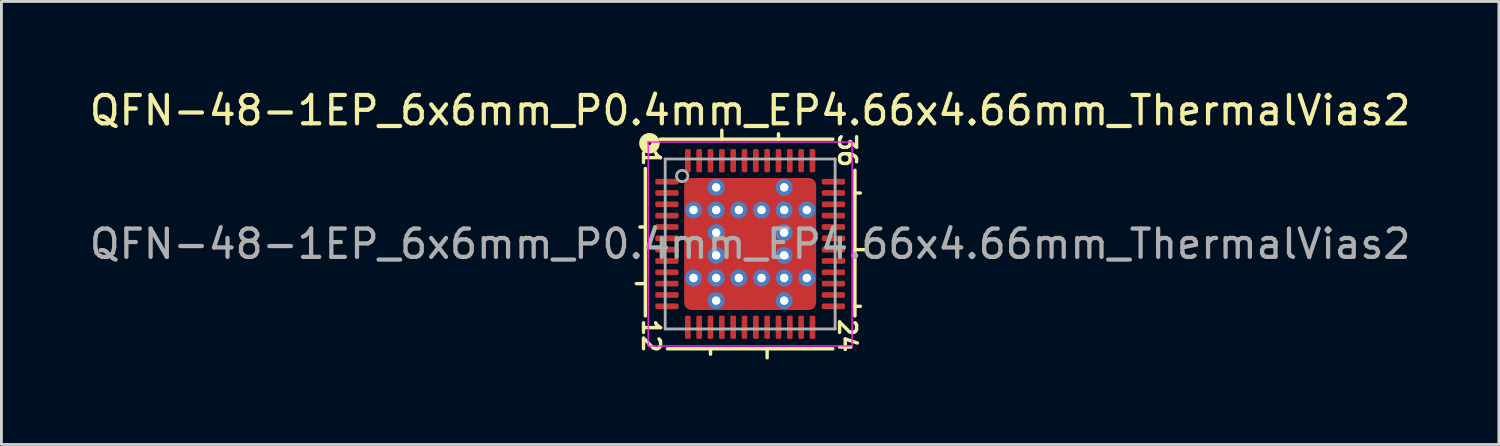
<source format=kicad_pcb>
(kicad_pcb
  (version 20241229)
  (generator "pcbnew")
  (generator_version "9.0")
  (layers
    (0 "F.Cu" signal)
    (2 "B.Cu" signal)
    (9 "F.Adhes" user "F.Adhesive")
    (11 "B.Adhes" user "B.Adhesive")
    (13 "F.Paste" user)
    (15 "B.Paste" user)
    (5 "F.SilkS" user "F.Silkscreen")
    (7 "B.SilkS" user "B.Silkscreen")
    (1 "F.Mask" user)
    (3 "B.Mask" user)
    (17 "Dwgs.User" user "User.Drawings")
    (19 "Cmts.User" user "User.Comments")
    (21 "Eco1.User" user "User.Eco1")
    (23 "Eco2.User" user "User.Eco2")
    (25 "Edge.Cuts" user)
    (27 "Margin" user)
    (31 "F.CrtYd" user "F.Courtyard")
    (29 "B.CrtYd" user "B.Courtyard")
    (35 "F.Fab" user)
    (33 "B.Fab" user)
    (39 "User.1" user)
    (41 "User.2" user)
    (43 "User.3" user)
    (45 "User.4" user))
  (footprint "QFN-48-1EP_6x6mm_P0.4mm_EP4.66x4.66mm_ThermalVias2"
    (layer "F.Cu")
    (at 23.435 5.564)
    (property "Reference" "QFN-48-1EP_6x6mm_P0.4mm_EP4.66x4.66mm_ThermalVias2" (at 0 -4.716 0) (layer "F.SilkS") (effects (font (size 1 1) (thickness 0.15))))
    (attr smd)
    (fp_line (start -3.7 -2.667) (end -3.7 2.54) (stroke (width 0.12) (type solid)) (layer "F.SilkS"))
    (fp_line (start -3.7 -0.6) (end -3.89 -0.6) (stroke (width 0.12) (type solid)) (layer "F.SilkS"))
    (fp_line (start -3.7 1.4) (end -4.018 1.4) (stroke (width 0.12) (type solid)) (layer "F.SilkS"))
    (fp_line (start -2.921 3.7) (end 2.921 3.7) (stroke (width 0.12) (type solid)) (layer "F.SilkS"))
    (fp_line (start -1.4 3.89) (end -1.4 3.7) (stroke (width 0.12) (type solid)) (layer "F.SilkS"))
    (fp_line (start -1 -3.7) (end -1 -4.018) (stroke (width 0.12) (type solid)) (layer "F.SilkS"))
    (fp_line (start 0.6 3.7) (end 0.6 4.018) (stroke (width 0.12) (type solid)) (layer "F.SilkS"))
    (fp_line (start 1 -3.7) (end 1 -3.89) (stroke (width 0.12) (type solid)) (layer "F.SilkS"))
    (fp_line (start 2.921 -3.7) (end -3.175 -3.7) (stroke (width 0.12) (type solid)) (layer "F.SilkS"))
    (fp_line (start 3.7 -1.8) (end 3.89 -1.8) (stroke (width 0.12) (type solid)) (layer "F.SilkS"))
    (fp_line (start 3.7 0.2) (end 4.018 0.2) (stroke (width 0.12) (type solid)) (layer "F.SilkS"))
    (fp_line (start 3.7 2.2) (end 3.89 2.2) (stroke (width 0.12) (type solid)) (layer "F.SilkS"))
    (fp_line (start 3.7 2.54) (end 3.7 -2.603) (stroke (width 0.12) (type solid)) (layer "F.SilkS"))
    (fp_circle (center -3.556 -3.556) (end -3.493 -3.556) (stroke (width 0.3) (type solid)) (fill no) (layer "F.SilkS"))
    (fp_line (start -3.6 -3.6) (end -3.6 3.6) (stroke (width 0.05) (type solid)) (layer "F.CrtYd"))
    (fp_line (start -3.6 3.6) (end 3.6 3.6) (stroke (width 0.05) (type solid)) (layer "F.CrtYd"))
    (fp_line (start 3.6 -3.6) (end -3.6 -3.6) (stroke (width 0.05) (type solid)) (layer "F.CrtYd"))
    (fp_line (start 3.6 3.6) (end 3.6 -3.6) (stroke (width 0.05) (type solid)) (layer "F.CrtYd"))
    (fp_line (start -3 -3) (end 3 -3) (stroke (width 0.1) (type solid)) (layer "F.Fab"))
    (fp_line (start -3 3) (end -3 -3) (stroke (width 0.1) (type solid)) (layer "F.Fab"))
    (fp_line (start 3 -3) (end 3 3) (stroke (width 0.1) (type solid)) (layer "F.Fab"))
    (fp_line (start 3 3) (end -3 3) (stroke (width 0.1) (type solid)) (layer "F.Fab"))
    (fp_circle (center -2.4 -2.4) (end -2.2 -2.4) (stroke (width 0.1) (type solid)) (fill no) (layer "F.Fab"))
    (fp_text user "36" (at 3.429 -3.302 270) (unlocked yes) (layer "F.SilkS") (effects (font (size 0.6 0.6) (thickness 0.12))))
    (fp_text user "12" (at -3.493 3.239 270) (unlocked yes) (layer "F.SilkS") (effects (font (size 0.6 0.6) (thickness 0.12))))
    (fp_text user "24" (at 3.429 3.239 270) (unlocked yes) (layer "F.SilkS") (effects (font (size 0.6 0.6) (thickness 0.12))))
    (fp_text user "1" (at -3.493 -3.048 270) (unlocked yes) (layer "F.SilkS") (effects (font (size 0.6 0.6) (thickness 0.12))))
    (fp_text user "${REFERENCE}" (at 0 0 0) (layer "F.Fab") (effects (font (size 1 1) (thickness 0.15))))
    (pad "" smd roundrect (at -1.863 -1.863) (size 0.525 0.525) (layers "F.Paste") (roundrect_rratio 0.25))
    (pad "" smd roundrect (at -1.863 -1.863 180) (size 0.725 0.725) (layers "F.Mask") (roundrect_rratio 0.25))
    (pad "" smd roundrect (at -1.863 -0.463) (size 0.525 0.675) (layers "F.Paste") (roundrect_rratio 0.25))
    (pad "" smd roundrect (at -1.863 0 180) (size 0.725 1.8) (layers "F.Mask") (roundrect_rratio 0.25))
    (pad "" smd roundrect (at -1.863 0.463) (size 0.525 0.675) (layers "F.Paste") (roundrect_rratio 0.25))
    (pad "" smd roundrect (at -1.863 1.863) (size 0.525 0.525) (layers "F.Paste") (roundrect_rratio 0.25))
    (pad "" smd roundrect (at -1.863 1.863 180) (size 0.725 0.725) (layers "F.Mask") (roundrect_rratio 0.25))
    (pad "" smd roundrect (at -0.463 -1.863 90) (size 0.525 0.675) (layers "F.Paste") (roundrect_rratio 0.25))
    (pad "" smd roundrect (at -0.463 1.863 90) (size 0.525 0.675) (layers "F.Paste") (roundrect_rratio 0.25))
    (pad "" smd roundrect (at -0.438 -0.438 90) (size 0.625 0.625) (layers "F.Paste") (roundrect_rratio 0.25))
    (pad "" smd roundrect (at -0.438 0.438 90) (size 0.625 0.625) (layers "F.Paste") (roundrect_rratio 0.25))
    (pad "" smd roundrect (at 0 -1.863 180) (size 1.8 0.725) (layers "F.Mask") (roundrect_rratio 0.25))
    (pad "" smd roundrect (at 0 0 180) (size 1.8 1.8) (layers "F.Mask") (roundrect_rratio 0.139))
    (pad "" smd roundrect (at 0 1.863 180) (size 1.8 0.725) (layers "F.Mask") (roundrect_rratio 0.25))
    (pad "" smd roundrect (at 0.438 -0.438 90) (size 0.625 0.625) (layers "F.Paste") (roundrect_rratio 0.25))
    (pad "" smd roundrect (at 0.438 0.438 90) (size 0.625 0.625) (layers "F.Paste") (roundrect_rratio 0.25))
    (pad "" smd roundrect (at 0.463 -1.863 90) (size 0.525 0.675) (layers "F.Paste") (roundrect_rratio 0.25))
    (pad "" smd roundrect (at 0.463 1.863 90) (size 0.525 0.675) (layers "F.Paste") (roundrect_rratio 0.25))
    (pad "" smd roundrect (at 1.863 -1.863) (size 0.525 0.525) (layers "F.Paste") (roundrect_rratio 0.25))
    (pad "" smd roundrect (at 1.863 -1.863 180) (size 0.725 0.725) (layers "F.Mask") (roundrect_rratio 0.25))
    (pad "" smd roundrect (at 1.863 -0.463) (size 0.525 0.675) (layers "F.Paste") (roundrect_rratio 0.25))
    (pad "" smd roundrect (at 1.863 0 180) (size 0.725 1.8) (layers "F.Mask") (roundrect_rratio 0.25))
    (pad "" smd roundrect (at 1.863 0.463) (size 0.525 0.675) (layers "F.Paste") (roundrect_rratio 0.25))
    (pad "" smd roundrect (at 1.863 1.863) (size 0.525 0.525) (layers "F.Paste") (roundrect_rratio 0.25))
    (pad "" smd roundrect (at 1.863 1.863 180) (size 0.725 0.725) (layers "F.Mask") (roundrect_rratio 0.25))
    (pad "1" smd roundrect (at -2.94 -2.2) (size 0.82 0.2) (layers "F.Cu" "F.Mask" "F.Paste") (roundrect_rratio 0.25))
    (pad "2" smd roundrect (at -2.94 -1.8) (size 0.82 0.2) (layers "F.Cu" "F.Mask" "F.Paste") (roundrect_rratio 0.25))
    (pad "3" smd roundrect (at -2.94 -1.4) (size 0.82 0.2) (layers "F.Cu" "F.Mask" "F.Paste") (roundrect_rratio 0.25))
    (pad "4" smd roundrect (at -2.94 -1) (size 0.82 0.2) (layers "F.Cu" "F.Mask" "F.Paste") (roundrect_rratio 0.25))
    (pad "5" smd roundrect (at -2.94 -0.6) (size 0.82 0.2) (layers "F.Cu" "F.Mask" "F.Paste") (roundrect_rratio 0.25))
    (pad "6" smd roundrect (at -2.94 -0.2) (size 0.82 0.2) (layers "F.Cu" "F.Mask" "F.Paste") (roundrect_rratio 0.25))
    (pad "7" smd roundrect (at -2.94 0.2) (size 0.82 0.2) (layers "F.Cu" "F.Mask" "F.Paste") (roundrect_rratio 0.25))
    (pad "8" smd roundrect (at -2.94 0.6) (size 0.82 0.2) (layers "F.Cu" "F.Mask" "F.Paste") (roundrect_rratio 0.25))
    (pad "9" smd roundrect (at -2.94 1) (size 0.82 0.2) (layers "F.Cu" "F.Mask" "F.Paste") (roundrect_rratio 0.25))
    (pad "10" smd roundrect (at -2.94 1.4) (size 0.82 0.2) (layers "F.Cu" "F.Mask" "F.Paste") (roundrect_rratio 0.25))
    (pad "11" smd roundrect (at -2.94 1.8) (size 0.82 0.2) (layers "F.Cu" "F.Mask" "F.Paste") (roundrect_rratio 0.25))
    (pad "12" smd roundrect (at -2.94 2.2) (size 0.82 0.2) (layers "F.Cu" "F.Mask" "F.Paste") (roundrect_rratio 0.25))
    (pad "13" smd roundrect (at -2.2 2.94) (size 0.2 0.82) (layers "F.Cu" "F.Mask" "F.Paste") (roundrect_rratio 0.25))
    (pad "14" smd roundrect (at -1.8 2.94) (size 0.2 0.82) (layers "F.Cu" "F.Mask" "F.Paste") (roundrect_rratio 0.25))
    (pad "15" smd roundrect (at -1.4 2.94) (size 0.2 0.82) (layers "F.Cu" "F.Mask" "F.Paste") (roundrect_rratio 0.25))
    (pad "16" smd roundrect (at -1 2.94) (size 0.2 0.82) (layers "F.Cu" "F.Mask" "F.Paste") (roundrect_rratio 0.25))
    (pad "17" smd roundrect (at -0.6 2.94) (size 0.2 0.82) (layers "F.Cu" "F.Mask" "F.Paste") (roundrect_rratio 0.25))
    (pad "18" smd roundrect (at -0.2 2.94) (size 0.2 0.82) (layers "F.Cu" "F.Mask" "F.Paste") (roundrect_rratio 0.25))
    (pad "19" smd roundrect (at 0.2 2.94) (size 0.2 0.82) (layers "F.Cu" "F.Mask" "F.Paste") (roundrect_rratio 0.25))
    (pad "20" smd roundrect (at 0.6 2.94) (size 0.2 0.82) (layers "F.Cu" "F.Mask" "F.Paste") (roundrect_rratio 0.25))
    (pad "21" smd roundrect (at 1 2.94) (size 0.2 0.82) (layers "F.Cu" "F.Mask" "F.Paste") (roundrect_rratio 0.25))
    (pad "22" smd roundrect (at 1.4 2.94) (size 0.2 0.82) (layers "F.Cu" "F.Mask" "F.Paste") (roundrect_rratio 0.25))
    (pad "23" smd roundrect (at 1.8 2.94) (size 0.2 0.82) (layers "F.Cu" "F.Mask" "F.Paste") (roundrect_rratio 0.25))
    (pad "24" smd roundrect (at 2.2 2.94) (size 0.2 0.82) (layers "F.Cu" "F.Mask" "F.Paste") (roundrect_rratio 0.25))
    (pad "25" smd roundrect (at 2.94 2.2) (size 0.82 0.2) (layers "F.Cu" "F.Mask" "F.Paste") (roundrect_rratio 0.25))
    (pad "26" smd roundrect (at 2.94 1.8) (size 0.82 0.2) (layers "F.Cu" "F.Mask" "F.Paste") (roundrect_rratio 0.25))
    (pad "27" smd roundrect (at 2.94 1.4) (size 0.82 0.2) (layers "F.Cu" "F.Mask" "F.Paste") (roundrect_rratio 0.25))
    (pad "28" smd roundrect (at 2.94 1) (size 0.82 0.2) (layers "F.Cu" "F.Mask" "F.Paste") (roundrect_rratio 0.25))
    (pad "29" smd roundrect (at 2.94 0.6) (size 0.82 0.2) (layers "F.Cu" "F.Mask" "F.Paste") (roundrect_rratio 0.25))
    (pad "30" smd roundrect (at 2.94 0.2) (size 0.82 0.2) (layers "F.Cu" "F.Mask" "F.Paste") (roundrect_rratio 0.25))
    (pad "31" smd roundrect (at 2.94 -0.2) (size 0.82 0.2) (layers "F.Cu" "F.Mask" "F.Paste") (roundrect_rratio 0.25))
    (pad "32" smd roundrect (at 2.94 -0.6) (size 0.82 0.2) (layers "F.Cu" "F.Mask" "F.Paste") (roundrect_rratio 0.25))
    (pad "33" smd roundrect (at 2.94 -1) (size 0.82 0.2) (layers "F.Cu" "F.Mask" "F.Paste") (roundrect_rratio 0.25))
    (pad "34" smd roundrect (at 2.94 -1.4) (size 0.82 0.2) (layers "F.Cu" "F.Mask" "F.Paste") (roundrect_rratio 0.25))
    (pad "35" smd roundrect (at 2.94 -1.8) (size 0.82 0.2) (layers "F.Cu" "F.Mask" "F.Paste") (roundrect_rratio 0.25))
    (pad "36" smd roundrect (at 2.94 -2.2) (size 0.82 0.2) (layers "F.Cu" "F.Mask" "F.Paste") (roundrect_rratio 0.25))
    (pad "37" smd roundrect (at 2.2 -2.94) (size 0.2 0.82) (layers "F.Cu" "F.Mask" "F.Paste") (roundrect_rratio 0.25))
    (pad "38" smd roundrect (at 1.8 -2.94) (size 0.2 0.82) (layers "F.Cu" "F.Mask" "F.Paste") (roundrect_rratio 0.25))
    (pad "39" smd roundrect (at 1.4 -2.94) (size 0.2 0.82) (layers "F.Cu" "F.Mask" "F.Paste") (roundrect_rratio 0.25))
    (pad "40" smd roundrect (at 1 -2.94) (size 0.2 0.82) (layers "F.Cu" "F.Mask" "F.Paste") (roundrect_rratio 0.25))
    (pad "41" smd roundrect (at 0.6 -2.94) (size 0.2 0.82) (layers "F.Cu" "F.Mask" "F.Paste") (roundrect_rratio 0.25))
    (pad "42" smd roundrect (at 0.2 -2.94) (size 0.2 0.82) (layers "F.Cu" "F.Mask" "F.Paste") (roundrect_rratio 0.25))
    (pad "43" smd roundrect (at -0.2 -2.94) (size 0.2 0.82) (layers "F.Cu" "F.Mask" "F.Paste") (roundrect_rratio 0.25))
    (pad "44" smd roundrect (at -0.6 -2.94) (size 0.2 0.82) (layers "F.Cu" "F.Mask" "F.Paste") (roundrect_rratio 0.25))
    (pad "45" smd roundrect (at -1 -2.94) (size 0.2 0.82) (layers "F.Cu" "F.Mask" "F.Paste") (roundrect_rratio 0.25))
    (pad "46" smd roundrect (at -1.4 -2.94) (size 0.2 0.82) (layers "F.Cu" "F.Mask" "F.Paste") (roundrect_rratio 0.25))
    (pad "47" smd roundrect (at -1.8 -2.94) (size 0.2 0.82) (layers "F.Cu" "F.Mask" "F.Paste") (roundrect_rratio 0.25))
    (pad "48" smd roundrect (at -2.2 -2.94) (size 0.2 0.82) (layers "F.Cu" "F.Mask" "F.Paste") (roundrect_rratio 0.25))
    (pad "49" thru_hole circle (at -2 -1.2) (size 0.6 0.6) (drill 0.3) (property pad_prop_heatsink) (layers "*.Cu" "*.Mask"))
    (pad "49" thru_hole circle (at -2 1.2) (size 0.6 0.6) (drill 0.3) (property pad_prop_heatsink) (layers "*.Cu" "*.Mask"))
    (pad "49" thru_hole circle (at -1.2 -2) (size 0.6 0.6) (drill 0.3) (property pad_prop_heatsink) (layers "*.Cu" "*.Mask"))
    (pad "49" thru_hole circle (at -1.2 -1.2) (size 0.6 0.6) (drill 0.3) (property pad_prop_heatsink) (layers "*.Cu" "*.Mask"))
    (pad "49" thru_hole circle (at -1.2 -0.4) (size 0.6 0.6) (drill 0.3) (property pad_prop_heatsink) (layers "*.Cu" "*.Mask"))
    (pad "49" thru_hole circle (at -1.2 0.4) (size 0.6 0.6) (drill 0.3) (property pad_prop_heatsink) (layers "*.Cu" "*.Mask"))
    (pad "49" thru_hole circle (at -1.2 1.2) (size 0.6 0.6) (drill 0.3) (property pad_prop_heatsink) (layers "*.Cu" "*.Mask"))
    (pad "49" thru_hole circle (at -1.2 2) (size 0.6 0.6) (drill 0.3) (property pad_prop_heatsink) (layers "*.Cu" "*.Mask"))
    (pad "49" thru_hole circle (at -0.4 -1.2) (size 0.6 0.6) (drill 0.3) (property pad_prop_heatsink) (layers "*.Cu" "*.Mask"))
    (pad "49" thru_hole circle (at -0.4 1.2) (size 0.6 0.6) (drill 0.3) (property pad_prop_heatsink) (layers "*.Cu" "*.Mask"))
    (pad "49" smd roundrect (at 0 0) (size 4.66 4.66) (layers "F.Cu") (roundrect_rratio 0.054))
    (pad "49" thru_hole circle (at 0.4 -1.2) (size 0.6 0.6) (drill 0.3) (property pad_prop_heatsink) (layers "*.Cu" "*.Mask"))
    (pad "49" thru_hole circle (at 0.4 1.2) (size 0.6 0.6) (drill 0.3) (property pad_prop_heatsink) (layers "*.Cu" "*.Mask"))
    (pad "49" thru_hole circle (at 1.2 -2) (size 0.6 0.6) (drill 0.3) (property pad_prop_heatsink) (layers "*.Cu" "*.Mask"))
    (pad "49" thru_hole circle (at 1.2 -1.2) (size 0.6 0.6) (drill 0.3) (property pad_prop_heatsink) (layers "*.Cu" "*.Mask"))
    (pad "49" thru_hole circle (at 1.2 -0.4) (size 0.6 0.6) (drill 0.3) (property pad_prop_heatsink) (layers "*.Cu" "*.Mask"))
    (pad "49" thru_hole circle (at 1.2 0.4) (size 0.6 0.6) (drill 0.3) (property pad_prop_heatsink) (layers "*.Cu" "*.Mask"))
    (pad "49" thru_hole circle (at 1.2 1.2) (size 0.6 0.6) (drill 0.3) (property pad_prop_heatsink) (layers "*.Cu" "*.Mask"))
    (pad "49" thru_hole circle (at 1.2 2) (size 0.6 0.6) (drill 0.3) (property pad_prop_heatsink) (layers "*.Cu" "*.Mask"))
    (pad "49" thru_hole circle (at 2 -1.2) (size 0.6 0.6) (drill 0.3) (property pad_prop_heatsink) (layers "*.Cu" "*.Mask"))
    (pad "49" thru_hole circle (at 2 1.2) (size 0.6 0.6) (drill 0.3) (property pad_prop_heatsink) (layers "*.Cu" "*.Mask")))
  (gr_rect
    (start -3 -3)
    (end 49.869 12.642)
    (stroke (width 0.1) (type default))
    (fill no)
    (layer "Edge.Cuts")))
</source>
